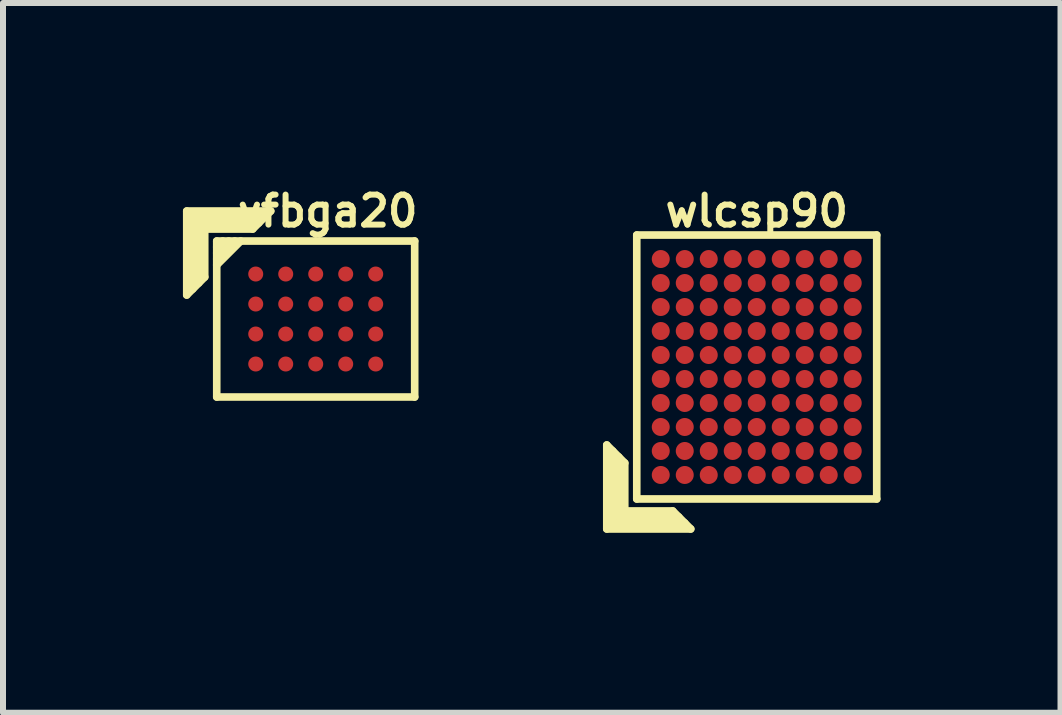
<source format=kicad_pcb>
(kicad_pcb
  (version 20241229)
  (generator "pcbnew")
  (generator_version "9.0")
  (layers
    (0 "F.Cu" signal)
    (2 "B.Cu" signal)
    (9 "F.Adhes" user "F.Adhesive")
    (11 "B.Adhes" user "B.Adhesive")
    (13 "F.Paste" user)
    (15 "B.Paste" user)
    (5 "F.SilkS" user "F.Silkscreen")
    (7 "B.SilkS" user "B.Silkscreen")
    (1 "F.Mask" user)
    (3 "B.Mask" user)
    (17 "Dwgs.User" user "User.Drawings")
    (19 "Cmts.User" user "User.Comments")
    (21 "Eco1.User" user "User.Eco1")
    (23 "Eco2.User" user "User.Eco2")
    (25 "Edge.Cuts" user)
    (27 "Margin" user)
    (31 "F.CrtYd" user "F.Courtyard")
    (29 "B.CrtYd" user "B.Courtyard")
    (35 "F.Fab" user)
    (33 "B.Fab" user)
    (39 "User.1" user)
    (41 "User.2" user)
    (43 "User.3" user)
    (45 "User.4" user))
  (footprint "vfbga20"
    (layer "F.Cu")
    (at 2.213 2.268)
    (property "Reference" "vfbga20" (at 0.2 -1.8 180) (layer "F.SilkS") (effects (font (size 0.5 0.5) (thickness 0.1))))
    (attr through_hole)
    (fp_line (start -2.15 -1.8) (end -0.75 -1.8) (stroke (width 0.127) (type solid)) (layer "F.SilkS"))
    (fp_line (start -2.15 -0.4) (end -2.15 -1.8) (stroke (width 0.127) (type solid)) (layer "F.SilkS"))
    (fp_line (start -2.05 -1.7) (end -2.05 -0.5) (stroke (width 0.127) (type solid)) (layer "F.SilkS"))
    (fp_line (start -1.95 -1.6) (end -0.95 -1.6) (stroke (width 0.127) (type solid)) (layer "F.SilkS"))
    (fp_line (start -1.95 -0.6) (end -1.95 -1.6) (stroke (width 0.127) (type solid)) (layer "F.SilkS"))
    (fp_line (start -1.85 -1.5) (end -1.05 -1.5) (stroke (width 0.127) (type solid)) (layer "F.SilkS"))
    (fp_line (start -1.85 -0.7) (end -2.15 -0.4) (stroke (width 0.127) (type solid)) (layer "F.SilkS"))
    (fp_line (start -1.85 -0.7) (end -1.85 -1.5) (stroke (width 0.127) (type solid)) (layer "F.SilkS"))
    (fp_line (start -1.65 -1.3) (end 1.65 -1.3) (stroke (width 0.127) (type solid)) (layer "F.SilkS"))
    (fp_line (start -1.65 -1.2) (end -1.55 -1.3) (stroke (width 0.127) (type solid)) (layer "F.SilkS"))
    (fp_line (start -1.65 -0.9) (end -1.25 -1.3) (stroke (width 0.127) (type solid)) (layer "F.SilkS"))
    (fp_line (start -1.65 1.3) (end -1.65 -1.3) (stroke (width 0.127) (type solid)) (layer "F.SilkS"))
    (fp_line (start -1.45 -1.3) (end -1.65 -1.1) (stroke (width 0.127) (type solid)) (layer "F.SilkS"))
    (fp_line (start -1.35 -1.3) (end -1.65 -1) (stroke (width 0.127) (type solid)) (layer "F.SilkS"))
    (fp_line (start -0.85 -1.7) (end -2.05 -1.7) (stroke (width 0.127) (type solid)) (layer "F.SilkS"))
    (fp_line (start -0.75 -1.8) (end -1.05 -1.5) (stroke (width 0.127) (type solid)) (layer "F.SilkS"))
    (fp_line (start 1.65 -1.3) (end 1.65 1.3) (stroke (width 0.127) (type solid)) (layer "F.SilkS"))
    (fp_line (start 1.65 1.3) (end -1.65 1.3) (stroke (width 0.127) (type solid)) (layer "F.SilkS"))
    (pad "A1" smd circle (at -1 -0.75) (size 0.25 0.25) (layers "F.Cu" "F.Mask" "F.Paste"))
    (pad "A2" smd circle (at -0.5 -0.75) (size 0.25 0.25) (layers "F.Cu" "F.Mask" "F.Paste"))
    (pad "A3" smd circle (at 0 -0.75) (size 0.25 0.25) (layers "F.Cu" "F.Mask" "F.Paste"))
    (pad "A4" smd circle (at 0.5 -0.75) (size 0.25 0.25) (layers "F.Cu" "F.Mask" "F.Paste"))
    (pad "A5" smd circle (at 1 -0.75) (size 0.25 0.25) (layers "F.Cu" "F.Mask" "F.Paste"))
    (pad "B1" smd circle (at -1 -0.25) (size 0.25 0.25) (layers "F.Cu" "F.Mask" "F.Paste"))
    (pad "B2" smd circle (at -0.5 -0.25) (size 0.25 0.25) (layers "F.Cu" "F.Mask" "F.Paste"))
    (pad "B3" smd circle (at 0 -0.25) (size 0.25 0.25) (layers "F.Cu" "F.Mask" "F.Paste"))
    (pad "B4" smd circle (at 0.5 -0.25) (size 0.25 0.25) (layers "F.Cu" "F.Mask" "F.Paste"))
    (pad "B5" smd circle (at 1 -0.25) (size 0.25 0.25) (layers "F.Cu" "F.Mask" "F.Paste"))
    (pad "C1" smd circle (at -1 0.25) (size 0.25 0.25) (layers "F.Cu" "F.Mask" "F.Paste"))
    (pad "C2" smd circle (at -0.5 0.25) (size 0.25 0.25) (layers "F.Cu" "F.Mask" "F.Paste"))
    (pad "C3" smd circle (at 0 0.25) (size 0.25 0.25) (layers "F.Cu" "F.Mask" "F.Paste"))
    (pad "C4" smd circle (at 0.5 0.25) (size 0.25 0.25) (layers "F.Cu" "F.Mask" "F.Paste"))
    (pad "C5" smd circle (at 1 0.25) (size 0.25 0.25) (layers "F.Cu" "F.Mask" "F.Paste"))
    (pad "D1" smd circle (at -1 0.75) (size 0.25 0.25) (layers "F.Cu" "F.Mask" "F.Paste"))
    (pad "D2" smd circle (at -0.5 0.75) (size 0.25 0.25) (layers "F.Cu" "F.Mask" "F.Paste"))
    (pad "D3" smd circle (at 0 0.75) (size 0.25 0.25) (layers "F.Cu" "F.Mask" "F.Paste"))
    (pad "D4" smd circle (at 0.5 0.75) (size 0.25 0.25) (layers "F.Cu" "F.Mask" "F.Paste"))
    (pad "D5" smd circle (at 1 0.75) (size 0.25 0.25) (layers "F.Cu" "F.Mask" "F.Paste")))
  (footprint "wlcsp90"
    (layer "F.Cu")
    (at 9.565 3.068)
    (property "Reference" "wlcsp90" (at 0 -2.6 0) (layer "F.SilkS") (effects (font (size 0.5 0.5) (thickness 0.1))))
    (attr through_hole)
    (fp_line (start -2.5 1.3) (end -2.2 1.6) (stroke (width 0.127) (type solid)) (layer "F.SilkS"))
    (fp_line (start -2.5 2.7) (end -2.5 1.3) (stroke (width 0.127) (type solid)) (layer "F.SilkS"))
    (fp_line (start -2.4 2.6) (end -2.4 1.4) (stroke (width 0.127) (type solid)) (layer "F.SilkS"))
    (fp_line (start -2.3 1.5) (end -2.3 2.5) (stroke (width 0.127) (type solid)) (layer "F.SilkS"))
    (fp_line (start -2.3 2.5) (end -1.3 2.5) (stroke (width 0.127) (type solid)) (layer "F.SilkS"))
    (fp_line (start -2.2 1.6) (end -2.2 2.4) (stroke (width 0.127) (type solid)) (layer "F.SilkS"))
    (fp_line (start -2.2 2.4) (end -1.4 2.4) (stroke (width 0.127) (type solid)) (layer "F.SilkS"))
    (fp_line (start -2 -2.2) (end 2 -2.2) (stroke (width 0.127) (type solid)) (layer "F.SilkS"))
    (fp_line (start -2 2.2) (end -2 -2.2) (stroke (width 0.127) (type solid)) (layer "F.SilkS"))
    (fp_line (start -1.4 2.4) (end -1.1 2.7) (stroke (width 0.127) (type solid)) (layer "F.SilkS"))
    (fp_line (start -1.2 2.6) (end -2.4 2.6) (stroke (width 0.127) (type solid)) (layer "F.SilkS"))
    (fp_line (start -1.1 2.7) (end -2.5 2.7) (stroke (width 0.127) (type solid)) (layer "F.SilkS"))
    (fp_line (start 2 -2.2) (end 2 2.2) (stroke (width 0.127) (type solid)) (layer "F.SilkS"))
    (fp_line (start 2 2.2) (end -2 2.2) (stroke (width 0.127) (type solid)) (layer "F.SilkS"))
    (pad "A1" smd circle (at -1.6 1.8) (size 0.3 0.3) (layers "F.Cu" "F.Mask" "F.Paste"))
    (pad "A2" smd circle (at -1.6 1.4) (size 0.3 0.3) (layers "F.Cu" "F.Mask" "F.Paste"))
    (pad "A3" smd circle (at -1.6 1) (size 0.3 0.3) (layers "F.Cu" "F.Mask" "F.Paste"))
    (pad "A4" smd circle (at -1.6 0.6) (size 0.3 0.3) (layers "F.Cu" "F.Mask" "F.Paste"))
    (pad "A5" smd circle (at -1.6 0.2) (size 0.3 0.3) (layers "F.Cu" "F.Mask" "F.Paste"))
    (pad "A6" smd circle (at -1.6 -0.2) (size 0.3 0.3) (layers "F.Cu" "F.Mask" "F.Paste"))
    (pad "A7" smd circle (at -1.6 -0.6) (size 0.3 0.3) (layers "F.Cu" "F.Mask" "F.Paste"))
    (pad "A8" smd circle (at -1.6 -1) (size 0.3 0.3) (layers "F.Cu" "F.Mask" "F.Paste"))
    (pad "A9" smd circle (at -1.6 -1.4) (size 0.3 0.3) (layers "F.Cu" "F.Mask" "F.Paste"))
    (pad "A10" smd circle (at -1.6 -1.8) (size 0.3 0.3) (layers "F.Cu" "F.Mask" "F.Paste"))
    (pad "B1" smd circle (at -1.2 1.8) (size 0.3 0.3) (layers "F.Cu" "F.Mask" "F.Paste"))
    (pad "B2" smd circle (at -1.2 1.4) (size 0.3 0.3) (layers "F.Cu" "F.Mask" "F.Paste"))
    (pad "B3" smd circle (at -1.2 1) (size 0.3 0.3) (layers "F.Cu" "F.Mask" "F.Paste"))
    (pad "B4" smd circle (at -1.2 0.6) (size 0.3 0.3) (layers "F.Cu" "F.Mask" "F.Paste"))
    (pad "B5" smd circle (at -1.2 0.2) (size 0.3 0.3) (layers "F.Cu" "F.Mask" "F.Paste"))
    (pad "B6" smd circle (at -1.2 -0.2) (size 0.3 0.3) (layers "F.Cu" "F.Mask" "F.Paste"))
    (pad "B7" smd circle (at -1.2 -0.6) (size 0.3 0.3) (layers "F.Cu" "F.Mask" "F.Paste"))
    (pad "B8" smd circle (at -1.2 -1) (size 0.3 0.3) (layers "F.Cu" "F.Mask" "F.Paste"))
    (pad "B9" smd circle (at -1.2 -1.4) (size 0.3 0.3) (layers "F.Cu" "F.Mask" "F.Paste"))
    (pad "B10" smd circle (at -1.2 -1.8) (size 0.3 0.3) (layers "F.Cu" "F.Mask" "F.Paste"))
    (pad "C1" smd circle (at -0.8 1.8) (size 0.3 0.3) (layers "F.Cu" "F.Mask" "F.Paste"))
    (pad "C2" smd circle (at -0.8 1.4) (size 0.3 0.3) (layers "F.Cu" "F.Mask" "F.Paste"))
    (pad "C3" smd circle (at -0.8 1) (size 0.3 0.3) (layers "F.Cu" "F.Mask" "F.Paste"))
    (pad "C4" smd circle (at -0.8 0.6) (size 0.3 0.3) (layers "F.Cu" "F.Mask" "F.Paste"))
    (pad "C5" smd circle (at -0.8 0.2) (size 0.3 0.3) (layers "F.Cu" "F.Mask" "F.Paste"))
    (pad "C6" smd circle (at -0.8 -0.2) (size 0.3 0.3) (layers "F.Cu" "F.Mask" "F.Paste"))
    (pad "C7" smd circle (at -0.8 -0.6) (size 0.3 0.3) (layers "F.Cu" "F.Mask" "F.Paste"))
    (pad "C8" smd circle (at -0.8 -1) (size 0.3 0.3) (layers "F.Cu" "F.Mask" "F.Paste"))
    (pad "C9" smd circle (at -0.8 -1.4) (size 0.3 0.3) (layers "F.Cu" "F.Mask" "F.Paste"))
    (pad "C10" smd circle (at -0.8 -1.8) (size 0.3 0.3) (layers "F.Cu" "F.Mask" "F.Paste"))
    (pad "D1" smd circle (at -0.4 1.8) (size 0.3 0.3) (layers "F.Cu" "F.Mask" "F.Paste"))
    (pad "D2" smd circle (at -0.4 1.4) (size 0.3 0.3) (layers "F.Cu" "F.Mask" "F.Paste"))
    (pad "D3" smd circle (at -0.4 1) (size 0.3 0.3) (layers "F.Cu" "F.Mask" "F.Paste"))
    (pad "D4" smd circle (at -0.4 0.6) (size 0.3 0.3) (layers "F.Cu" "F.Mask" "F.Paste"))
    (pad "D5" smd circle (at -0.4 0.2) (size 0.3 0.3) (layers "F.Cu" "F.Mask" "F.Paste"))
    (pad "D6" smd circle (at -0.4 -0.2) (size 0.3 0.3) (layers "F.Cu" "F.Mask" "F.Paste"))
    (pad "D7" smd circle (at -0.4 -0.6) (size 0.3 0.3) (layers "F.Cu" "F.Mask" "F.Paste"))
    (pad "D8" smd circle (at -0.4 -1) (size 0.3 0.3) (layers "F.Cu" "F.Mask" "F.Paste"))
    (pad "D9" smd circle (at -0.4 -1.4) (size 0.3 0.3) (layers "F.Cu" "F.Mask" "F.Paste"))
    (pad "D10" smd circle (at -0.4 -1.8) (size 0.3 0.3) (layers "F.Cu" "F.Mask" "F.Paste"))
    (pad "E1" smd circle (at 0 1.8) (size 0.3 0.3) (layers "F.Cu" "F.Mask" "F.Paste"))
    (pad "E2" smd circle (at 0 1.4) (size 0.3 0.3) (layers "F.Cu" "F.Mask" "F.Paste"))
    (pad "E3" smd circle (at 0 1) (size 0.3 0.3) (layers "F.Cu" "F.Mask" "F.Paste"))
    (pad "E4" smd circle (at 0 0.6) (size 0.3 0.3) (layers "F.Cu" "F.Mask" "F.Paste"))
    (pad "E5" smd circle (at 0 0.2) (size 0.3 0.3) (layers "F.Cu" "F.Mask" "F.Paste"))
    (pad "E6" smd circle (at 0 -0.2) (size 0.3 0.3) (layers "F.Cu" "F.Mask" "F.Paste"))
    (pad "E7" smd circle (at 0 -0.6) (size 0.3 0.3) (layers "F.Cu" "F.Mask" "F.Paste"))
    (pad "E8" smd circle (at 0 -1) (size 0.3 0.3) (layers "F.Cu" "F.Mask" "F.Paste"))
    (pad "E9" smd circle (at 0 -1.4) (size 0.3 0.3) (layers "F.Cu" "F.Mask" "F.Paste"))
    (pad "E10" smd circle (at 0 -1.8) (size 0.3 0.3) (layers "F.Cu" "F.Mask" "F.Paste"))
    (pad "F1" smd circle (at 0.4 1.8) (size 0.3 0.3) (layers "F.Cu" "F.Mask" "F.Paste"))
    (pad "F2" smd circle (at 0.4 1.4) (size 0.3 0.3) (layers "F.Cu" "F.Mask" "F.Paste"))
    (pad "F3" smd circle (at 0.4 1) (size 0.3 0.3) (layers "F.Cu" "F.Mask" "F.Paste"))
    (pad "F4" smd circle (at 0.4 0.6) (size 0.3 0.3) (layers "F.Cu" "F.Mask" "F.Paste"))
    (pad "F5" smd circle (at 0.4 0.2) (size 0.3 0.3) (layers "F.Cu" "F.Mask" "F.Paste"))
    (pad "F6" smd circle (at 0.4 -0.2) (size 0.3 0.3) (layers "F.Cu" "F.Mask" "F.Paste"))
    (pad "F7" smd circle (at 0.4 -0.6) (size 0.3 0.3) (layers "F.Cu" "F.Mask" "F.Paste"))
    (pad "F8" smd circle (at 0.4 -1) (size 0.3 0.3) (layers "F.Cu" "F.Mask" "F.Paste"))
    (pad "F9" smd circle (at 0.4 -1.4) (size 0.3 0.3) (layers "F.Cu" "F.Mask" "F.Paste"))
    (pad "F10" smd circle (at 0.4 -1.8) (size 0.3 0.3) (layers "F.Cu" "F.Mask" "F.Paste"))
    (pad "G1" smd circle (at 0.8 1.8) (size 0.3 0.3) (layers "F.Cu" "F.Mask" "F.Paste"))
    (pad "G2" smd circle (at 0.8 1.4) (size 0.3 0.3) (layers "F.Cu" "F.Mask" "F.Paste"))
    (pad "G3" smd circle (at 0.8 1) (size 0.3 0.3) (layers "F.Cu" "F.Mask" "F.Paste"))
    (pad "G4" smd circle (at 0.8 0.6) (size 0.3 0.3) (layers "F.Cu" "F.Mask" "F.Paste"))
    (pad "G5" smd circle (at 0.8 0.2) (size 0.3 0.3) (layers "F.Cu" "F.Mask" "F.Paste"))
    (pad "G6" smd circle (at 0.8 -0.2) (size 0.3 0.3) (layers "F.Cu" "F.Mask" "F.Paste"))
    (pad "G7" smd circle (at 0.8 -0.6) (size 0.3 0.3) (layers "F.Cu" "F.Mask" "F.Paste"))
    (pad "G8" smd circle (at 0.8 -1) (size 0.3 0.3) (layers "F.Cu" "F.Mask" "F.Paste"))
    (pad "G9" smd circle (at 0.8 -1.4) (size 0.3 0.3) (layers "F.Cu" "F.Mask" "F.Paste"))
    (pad "G10" smd circle (at 0.8 -1.8) (size 0.3 0.3) (layers "F.Cu" "F.Mask" "F.Paste"))
    (pad "H1" smd circle (at 1.2 1.8) (size 0.3 0.3) (layers "F.Cu" "F.Mask" "F.Paste"))
    (pad "H2" smd circle (at 1.2 1.4) (size 0.3 0.3) (layers "F.Cu" "F.Mask" "F.Paste"))
    (pad "H3" smd circle (at 1.2 1) (size 0.3 0.3) (layers "F.Cu" "F.Mask" "F.Paste"))
    (pad "H4" smd circle (at 1.2 0.6) (size 0.3 0.3) (layers "F.Cu" "F.Mask" "F.Paste"))
    (pad "H5" smd circle (at 1.2 0.2) (size 0.3 0.3) (layers "F.Cu" "F.Mask" "F.Paste"))
    (pad "H6" smd circle (at 1.2 -0.2) (size 0.3 0.3) (layers "F.Cu" "F.Mask" "F.Paste"))
    (pad "H7" smd circle (at 1.2 -0.6) (size 0.3 0.3) (layers "F.Cu" "F.Mask" "F.Paste"))
    (pad "H8" smd circle (at 1.2 -1) (size 0.3 0.3) (layers "F.Cu" "F.Mask" "F.Paste"))
    (pad "H9" smd circle (at 1.2 -1.4) (size 0.3 0.3) (layers "F.Cu" "F.Mask" "F.Paste"))
    (pad "H10" smd circle (at 1.2 -1.8) (size 0.3 0.3) (layers "F.Cu" "F.Mask" "F.Paste"))
    (pad "J1" smd circle (at 1.6 1.8) (size 0.3 0.3) (layers "F.Cu" "F.Mask" "F.Paste"))
    (pad "J2" smd circle (at 1.6 1.4) (size 0.3 0.3) (layers "F.Cu" "F.Mask" "F.Paste"))
    (pad "J3" smd circle (at 1.6 1) (size 0.3 0.3) (layers "F.Cu" "F.Mask" "F.Paste"))
    (pad "J4" smd circle (at 1.6 0.6) (size 0.3 0.3) (layers "F.Cu" "F.Mask" "F.Paste"))
    (pad "J5" smd circle (at 1.6 0.2) (size 0.3 0.3) (layers "F.Cu" "F.Mask" "F.Paste"))
    (pad "J6" smd circle (at 1.6 -0.2) (size 0.3 0.3) (layers "F.Cu" "F.Mask" "F.Paste"))
    (pad "J7" smd circle (at 1.6 -0.6) (size 0.3 0.3) (layers "F.Cu" "F.Mask" "F.Paste"))
    (pad "J8" smd circle (at 1.6 -1) (size 0.3 0.3) (layers "F.Cu" "F.Mask" "F.Paste"))
    (pad "J9" smd circle (at 1.6 -1.4) (size 0.3 0.3) (layers "F.Cu" "F.Mask" "F.Paste"))
    (pad "J10" smd circle (at 1.6 -1.8) (size 0.3 0.3) (layers "F.Cu" "F.Mask" "F.Paste")))
  (gr_rect
    (start -3 -3)
    (end 14.629 8.832)
    (stroke (width 0.1) (type default))
    (fill no)
    (layer "Edge.Cuts")))
</source>
